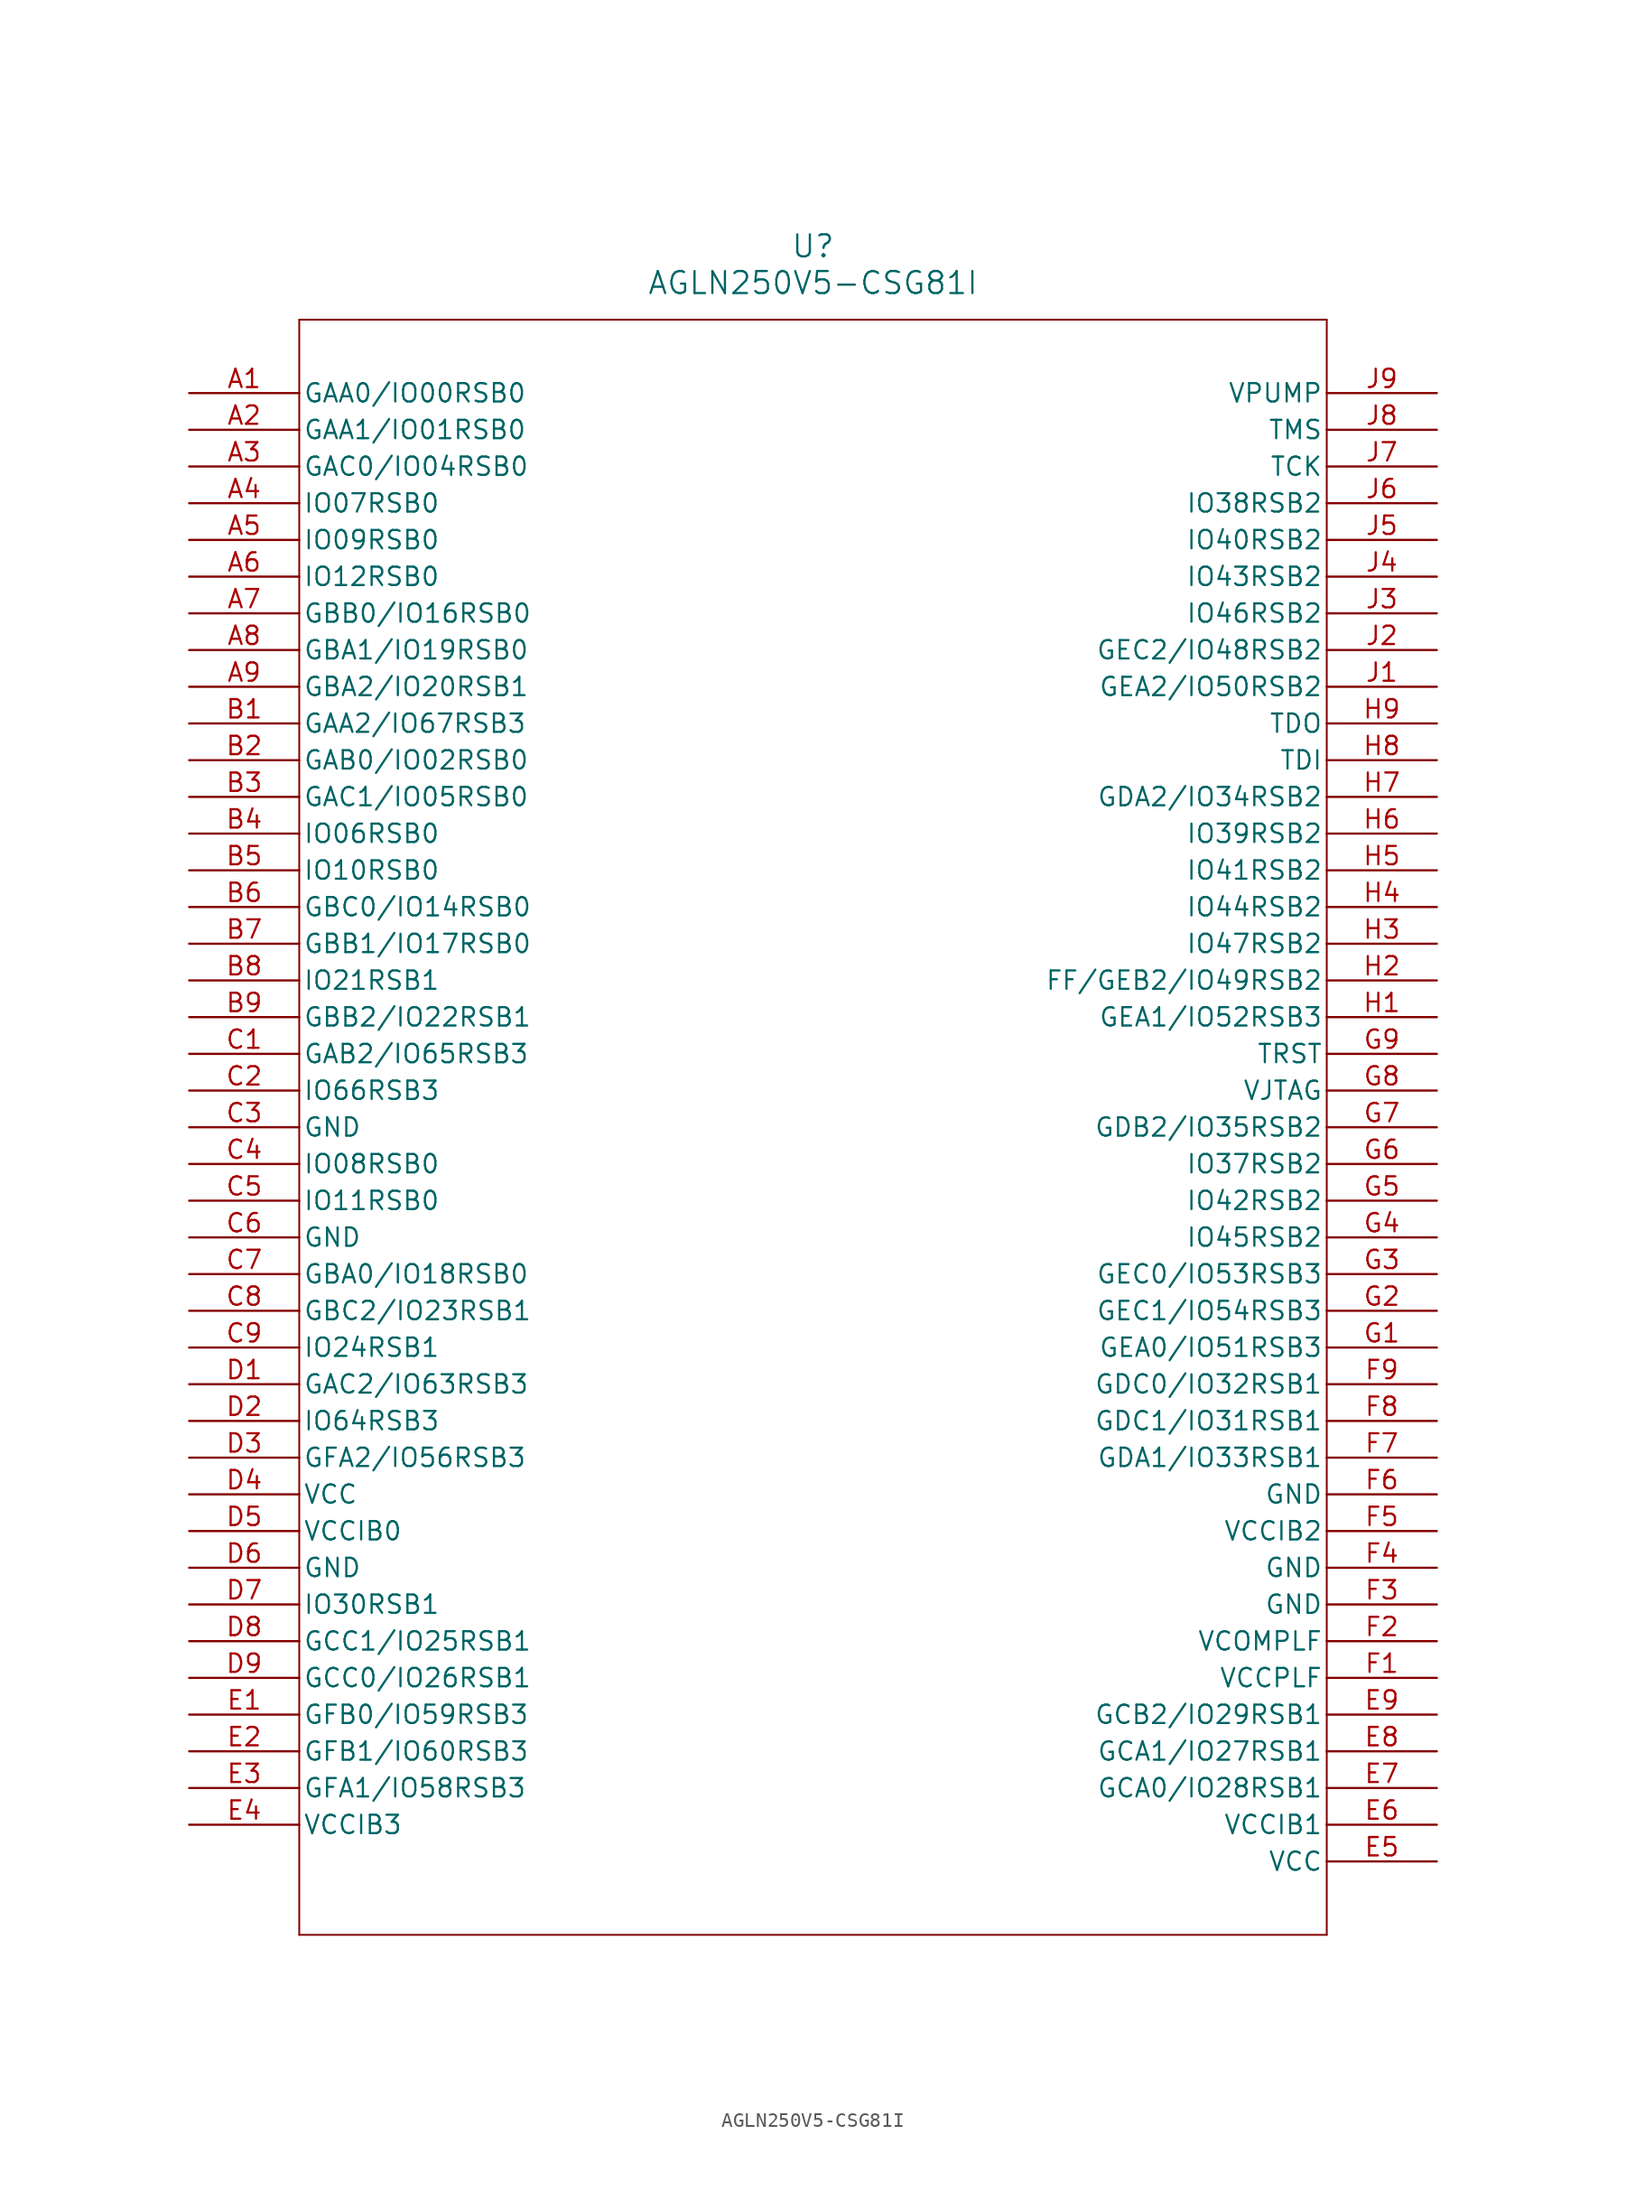
<source format=kicad_sym>
(kicad_symbol_lib
  (version 20211014)
  (generator kicad_symbol_editor)
  (symbol "AGLN250V5-CSG81I"
    (pin_names
      (offset 0.254))
    (property "Reference" "U"
      (at 43.18 10.16 0)
      (effects (font (size 1.524 1.524))))
    (property "Value" "AGLN250V5-CSG81I"
      (at 43.18 7.62 0)
      (effects (font (size 1.524 1.524))))
    (symbol "AGLN250V5-CSG81I_0_1"
      (polyline (pts (xy 7.62 5.08) (xy 7.62 -106.68)) (stroke (width 0.127) (type default) (color 0 0 0 0)) (fill (type none)))
      (polyline (pts (xy 7.62 -106.68) (xy 78.74 -106.68)) (stroke (width 0.127) (type default) (color 0 0 0 0)) (fill (type none)))
      (polyline (pts (xy 78.74 -106.68) (xy 78.74 5.08)) (stroke (width 0.127) (type default) (color 0 0 0 0)) (fill (type none)))
      (polyline (pts (xy 78.74 5.08) (xy 7.62 5.08)) (stroke (width 0.127) (type default) (color 0 0 0 0)) (fill (type none)))
      (pin bidirectional line (at 0 0 0) (length 7.62) (name "GAA0/IO00RSB0" (effects (font (size 1.27 1.27)))) (number "A1" (effects (font (size 1.27 1.27)))))
      (pin bidirectional line (at 0 -2.54 0) (length 7.62) (name "GAA1/IO01RSB0" (effects (font (size 1.27 1.27)))) (number "A2" (effects (font (size 1.27 1.27)))))
      (pin bidirectional line (at 0 -5.08 0) (length 7.62) (name "GAC0/IO04RSB0" (effects (font (size 1.27 1.27)))) (number "A3" (effects (font (size 1.27 1.27)))))
      (pin bidirectional line (at 0 -7.62 0) (length 7.62) (name "IO07RSB0" (effects (font (size 1.27 1.27)))) (number "A4" (effects (font (size 1.27 1.27)))))
      (pin bidirectional line (at 0 -10.16 0) (length 7.62) (name "IO09RSB0" (effects (font (size 1.27 1.27)))) (number "A5" (effects (font (size 1.27 1.27)))))
      (pin bidirectional line (at 0 -12.7 0) (length 7.62) (name "IO12RSB0" (effects (font (size 1.27 1.27)))) (number "A6" (effects (font (size 1.27 1.27)))))
      (pin bidirectional line (at 0 -15.24 0) (length 7.62) (name "GBB0/IO16RSB0" (effects (font (size 1.27 1.27)))) (number "A7" (effects (font (size 1.27 1.27)))))
      (pin bidirectional line (at 0 -17.78 0) (length 7.62) (name "GBA1/IO19RSB0" (effects (font (size 1.27 1.27)))) (number "A8" (effects (font (size 1.27 1.27)))))
      (pin bidirectional line (at 0 -20.32 0) (length 7.62) (name "GBA2/IO20RSB1" (effects (font (size 1.27 1.27)))) (number "A9" (effects (font (size 1.27 1.27)))))
      (pin bidirectional line (at 0 -22.86 0) (length 7.62) (name "GAA2/IO67RSB3" (effects (font (size 1.27 1.27)))) (number "B1" (effects (font (size 1.27 1.27)))))
      (pin bidirectional line (at 0 -25.4 0) (length 7.62) (name "GAB0/IO02RSB0" (effects (font (size 1.27 1.27)))) (number "B2" (effects (font (size 1.27 1.27)))))
      (pin bidirectional line (at 0 -27.94 0) (length 7.62) (name "GAC1/IO05RSB0" (effects (font (size 1.27 1.27)))) (number "B3" (effects (font (size 1.27 1.27)))))
      (pin bidirectional line (at 0 -30.48 0) (length 7.62) (name "IO06RSB0" (effects (font (size 1.27 1.27)))) (number "B4" (effects (font (size 1.27 1.27)))))
      (pin bidirectional line (at 0 -33.02 0) (length 7.62) (name "IO10RSB0" (effects (font (size 1.27 1.27)))) (number "B5" (effects (font (size 1.27 1.27)))))
      (pin bidirectional line (at 0 -35.56 0) (length 7.62) (name "GBC0/IO14RSB0" (effects (font (size 1.27 1.27)))) (number "B6" (effects (font (size 1.27 1.27)))))
      (pin bidirectional line (at 0 -38.1 0) (length 7.62) (name "GBB1/IO17RSB0" (effects (font (size 1.27 1.27)))) (number "B7" (effects (font (size 1.27 1.27)))))
      (pin bidirectional line (at 0 -40.64 0) (length 7.62) (name "IO21RSB1" (effects (font (size 1.27 1.27)))) (number "B8" (effects (font (size 1.27 1.27)))))
      (pin bidirectional line (at 0 -43.18 0) (length 7.62) (name "GBB2/IO22RSB1" (effects (font (size 1.27 1.27)))) (number "B9" (effects (font (size 1.27 1.27)))))
      (pin bidirectional line (at 0 -45.72 0) (length 7.62) (name "GAB2/IO65RSB3" (effects (font (size 1.27 1.27)))) (number "C1" (effects (font (size 1.27 1.27)))))
      (pin bidirectional line (at 0 -48.26 0) (length 7.62) (name "IO66RSB3" (effects (font (size 1.27 1.27)))) (number "C2" (effects (font (size 1.27 1.27)))))
      (pin power_out line (at 0 -50.8 0) (length 7.62) (name "GND" (effects (font (size 1.27 1.27)))) (number "C3" (effects (font (size 1.27 1.27)))))
      (pin bidirectional line (at 0 -53.34 0) (length 7.62) (name "IO08RSB0" (effects (font (size 1.27 1.27)))) (number "C4" (effects (font (size 1.27 1.27)))))
      (pin bidirectional line (at 0 -55.88 0) (length 7.62) (name "IO11RSB0" (effects (font (size 1.27 1.27)))) (number "C5" (effects (font (size 1.27 1.27)))))
      (pin power_out line (at 0 -58.42 0) (length 7.62) (name "GND" (effects (font (size 1.27 1.27)))) (number "C6" (effects (font (size 1.27 1.27)))))
      (pin bidirectional line (at 0 -60.96 0) (length 7.62) (name "GBA0/IO18RSB0" (effects (font (size 1.27 1.27)))) (number "C7" (effects (font (size 1.27 1.27)))))
      (pin bidirectional line (at 0 -63.5 0) (length 7.62) (name "GBC2/IO23RSB1" (effects (font (size 1.27 1.27)))) (number "C8" (effects (font (size 1.27 1.27)))))
      (pin bidirectional line (at 0 -66.04 0) (length 7.62) (name "IO24RSB1" (effects (font (size 1.27 1.27)))) (number "C9" (effects (font (size 1.27 1.27)))))
      (pin bidirectional line (at 0 -68.58 0) (length 7.62) (name "GAC2/IO63RSB3" (effects (font (size 1.27 1.27)))) (number "D1" (effects (font (size 1.27 1.27)))))
      (pin bidirectional line (at 0 -71.12 0) (length 7.62) (name "IO64RSB3" (effects (font (size 1.27 1.27)))) (number "D2" (effects (font (size 1.27 1.27)))))
      (pin bidirectional line (at 0 -73.66 0) (length 7.62) (name "GFA2/IO56RSB3" (effects (font (size 1.27 1.27)))) (number "D3" (effects (font (size 1.27 1.27)))))
      (pin power_in line (at 0 -76.2 0) (length 7.62) (name "VCC" (effects (font (size 1.27 1.27)))) (number "D4" (effects (font (size 1.27 1.27)))))
      (pin power_in line (at 0 -78.74 0) (length 7.62) (name "VCCIB0" (effects (font (size 1.27 1.27)))) (number "D5" (effects (font (size 1.27 1.27)))))
      (pin power_out line (at 0 -81.28 0) (length 7.62) (name "GND" (effects (font (size 1.27 1.27)))) (number "D6" (effects (font (size 1.27 1.27)))))
      (pin bidirectional line (at 0 -83.82 0) (length 7.62) (name "IO30RSB1" (effects (font (size 1.27 1.27)))) (number "D7" (effects (font (size 1.27 1.27)))))
      (pin bidirectional line (at 0 -86.36 0) (length 7.62) (name "GCC1/IO25RSB1" (effects (font (size 1.27 1.27)))) (number "D8" (effects (font (size 1.27 1.27)))))
      (pin bidirectional line (at 0 -88.9 0) (length 7.62) (name "GCC0/IO26RSB1" (effects (font (size 1.27 1.27)))) (number "D9" (effects (font (size 1.27 1.27)))))
      (pin bidirectional line (at 0 -91.44 0) (length 7.62) (name "GFB0/IO59RSB3" (effects (font (size 1.27 1.27)))) (number "E1" (effects (font (size 1.27 1.27)))))
      (pin bidirectional line (at 0 -93.98 0) (length 7.62) (name "GFB1/IO60RSB3" (effects (font (size 1.27 1.27)))) (number "E2" (effects (font (size 1.27 1.27)))))
      (pin bidirectional line (at 0 -96.52 0) (length 7.62) (name "GFA1/IO58RSB3" (effects (font (size 1.27 1.27)))) (number "E3" (effects (font (size 1.27 1.27)))))
      (pin power_in line (at 0 -99.06 0) (length 7.62) (name "VCCIB3" (effects (font (size 1.27 1.27)))) (number "E4" (effects (font (size 1.27 1.27)))))
      (pin power_in line (at 86.36 -101.6 180) (length 7.62) (name "VCC" (effects (font (size 1.27 1.27)))) (number "E5" (effects (font (size 1.27 1.27)))))
      (pin power_in line (at 86.36 -99.06 180) (length 7.62) (name "VCCIB1" (effects (font (size 1.27 1.27)))) (number "E6" (effects (font (size 1.27 1.27)))))
      (pin bidirectional line (at 86.36 -96.52 180) (length 7.62) (name "GCA0/IO28RSB1" (effects (font (size 1.27 1.27)))) (number "E7" (effects (font (size 1.27 1.27)))))
      (pin bidirectional line (at 86.36 -93.98 180) (length 7.62) (name "GCA1/IO27RSB1" (effects (font (size 1.27 1.27)))) (number "E8" (effects (font (size 1.27 1.27)))))
      (pin bidirectional line (at 86.36 -91.44 180) (length 7.62) (name "GCB2/IO29RSB1" (effects (font (size 1.27 1.27)))) (number "E9" (effects (font (size 1.27 1.27)))))
      (pin power_in line (at 86.36 -88.9 180) (length 7.62) (name "VCCPLF" (effects (font (size 1.27 1.27)))) (number "F1" (effects (font (size 1.27 1.27)))))
      (pin power_in line (at 86.36 -86.36 180) (length 7.62) (name "VCOMPLF" (effects (font (size 1.27 1.27)))) (number "F2" (effects (font (size 1.27 1.27)))))
      (pin power_out line (at 86.36 -83.82 180) (length 7.62) (name "GND" (effects (font (size 1.27 1.27)))) (number "F3" (effects (font (size 1.27 1.27)))))
      (pin power_out line (at 86.36 -81.28 180) (length 7.62) (name "GND" (effects (font (size 1.27 1.27)))) (number "F4" (effects (font (size 1.27 1.27)))))
      (pin power_in line (at 86.36 -78.74 180) (length 7.62) (name "VCCIB2" (effects (font (size 1.27 1.27)))) (number "F5" (effects (font (size 1.27 1.27)))))
      (pin power_out line (at 86.36 -76.2 180) (length 7.62) (name "GND" (effects (font (size 1.27 1.27)))) (number "F6" (effects (font (size 1.27 1.27)))))
      (pin bidirectional line (at 86.36 -73.66 180) (length 7.62) (name "GDA1/IO33RSB1" (effects (font (size 1.27 1.27)))) (number "F7" (effects (font (size 1.27 1.27)))))
      (pin bidirectional line (at 86.36 -71.12 180) (length 7.62) (name "GDC1/IO31RSB1" (effects (font (size 1.27 1.27)))) (number "F8" (effects (font (size 1.27 1.27)))))
      (pin bidirectional line (at 86.36 -68.58 180) (length 7.62) (name "GDC0/IO32RSB1" (effects (font (size 1.27 1.27)))) (number "F9" (effects (font (size 1.27 1.27)))))
      (pin bidirectional line (at 86.36 -66.04 180) (length 7.62) (name "GEA0/IO51RSB3" (effects (font (size 1.27 1.27)))) (number "G1" (effects (font (size 1.27 1.27)))))
      (pin bidirectional line (at 86.36 -63.5 180) (length 7.62) (name "GEC1/IO54RSB3" (effects (font (size 1.27 1.27)))) (number "G2" (effects (font (size 1.27 1.27)))))
      (pin bidirectional line (at 86.36 -60.96 180) (length 7.62) (name "GEC0/IO53RSB3" (effects (font (size 1.27 1.27)))) (number "G3" (effects (font (size 1.27 1.27)))))
      (pin bidirectional line (at 86.36 -58.42 180) (length 7.62) (name "IO45RSB2" (effects (font (size 1.27 1.27)))) (number "G4" (effects (font (size 1.27 1.27)))))
      (pin bidirectional line (at 86.36 -55.88 180) (length 7.62) (name "IO42RSB2" (effects (font (size 1.27 1.27)))) (number "G5" (effects (font (size 1.27 1.27)))))
      (pin bidirectional line (at 86.36 -53.34 180) (length 7.62) (name "IO37RSB2" (effects (font (size 1.27 1.27)))) (number "G6" (effects (font (size 1.27 1.27)))))
      (pin bidirectional line (at 86.36 -50.8 180) (length 7.62) (name "GDB2/IO35RSB2" (effects (font (size 1.27 1.27)))) (number "G7" (effects (font (size 1.27 1.27)))))
      (pin power_in line (at 86.36 -48.26 180) (length 7.62) (name "VJTAG" (effects (font (size 1.27 1.27)))) (number "G8" (effects (font (size 1.27 1.27)))))
      (pin input line (at 86.36 -45.72 180) (length 7.62) (name "TRST" (effects (font (size 1.27 1.27)))) (number "G9" (effects (font (size 1.27 1.27)))))
      (pin bidirectional line (at 86.36 -43.18 180) (length 7.62) (name "GEA1/IO52RSB3" (effects (font (size 1.27 1.27)))) (number "H1" (effects (font (size 1.27 1.27)))))
      (pin bidirectional line (at 86.36 -40.64 180) (length 7.62) (name "FF/GEB2/IO49RSB2" (effects (font (size 1.27 1.27)))) (number "H2" (effects (font (size 1.27 1.27)))))
      (pin bidirectional line (at 86.36 -38.1 180) (length 7.62) (name "IO47RSB2" (effects (font (size 1.27 1.27)))) (number "H3" (effects (font (size 1.27 1.27)))))
      (pin bidirectional line (at 86.36 -35.56 180) (length 7.62) (name "IO44RSB2" (effects (font (size 1.27 1.27)))) (number "H4" (effects (font (size 1.27 1.27)))))
      (pin bidirectional line (at 86.36 -33.02 180) (length 7.62) (name "IO41RSB2" (effects (font (size 1.27 1.27)))) (number "H5" (effects (font (size 1.27 1.27)))))
      (pin bidirectional line (at 86.36 -30.48 180) (length 7.62) (name "IO39RSB2" (effects (font (size 1.27 1.27)))) (number "H6" (effects (font (size 1.27 1.27)))))
      (pin bidirectional line (at 86.36 -27.94 180) (length 7.62) (name "GDA2/IO34RSB2" (effects (font (size 1.27 1.27)))) (number "H7" (effects (font (size 1.27 1.27)))))
      (pin input line (at 86.36 -25.4 180) (length 7.62) (name "TDI" (effects (font (size 1.27 1.27)))) (number "H8" (effects (font (size 1.27 1.27)))))
      (pin output line (at 86.36 -22.86 180) (length 7.62) (name "TDO" (effects (font (size 1.27 1.27)))) (number "H9" (effects (font (size 1.27 1.27)))))
      (pin bidirectional line (at 86.36 -20.32 180) (length 7.62) (name "GEA2/IO50RSB2" (effects (font (size 1.27 1.27)))) (number "J1" (effects (font (size 1.27 1.27)))))
      (pin bidirectional line (at 86.36 -17.78 180) (length 7.62) (name "GEC2/IO48RSB2" (effects (font (size 1.27 1.27)))) (number "J2" (effects (font (size 1.27 1.27)))))
      (pin bidirectional line (at 86.36 -15.24 180) (length 7.62) (name "IO46RSB2" (effects (font (size 1.27 1.27)))) (number "J3" (effects (font (size 1.27 1.27)))))
      (pin bidirectional line (at 86.36 -12.7 180) (length 7.62) (name "IO43RSB2" (effects (font (size 1.27 1.27)))) (number "J4" (effects (font (size 1.27 1.27)))))
      (pin bidirectional line (at 86.36 -10.16 180) (length 7.62) (name "IO40RSB2" (effects (font (size 1.27 1.27)))) (number "J5" (effects (font (size 1.27 1.27)))))
      (pin bidirectional line (at 86.36 -7.62 180) (length 7.62) (name "IO38RSB2" (effects (font (size 1.27 1.27)))) (number "J6" (effects (font (size 1.27 1.27)))))
      (pin input line (at 86.36 -5.08 180) (length 7.62) (name "TCK" (effects (font (size 1.27 1.27)))) (number "J7" (effects (font (size 1.27 1.27)))))
      (pin input line (at 86.36 -2.54 180) (length 7.62) (name "TMS" (effects (font (size 1.27 1.27)))) (number "J8" (effects (font (size 1.27 1.27)))))
      (pin power_in line (at 86.36 0 180) (length 7.62) (name "VPUMP" (effects (font (size 1.27 1.27)))) (number "J9" (effects (font (size 1.27 1.27))))))))
</source>
